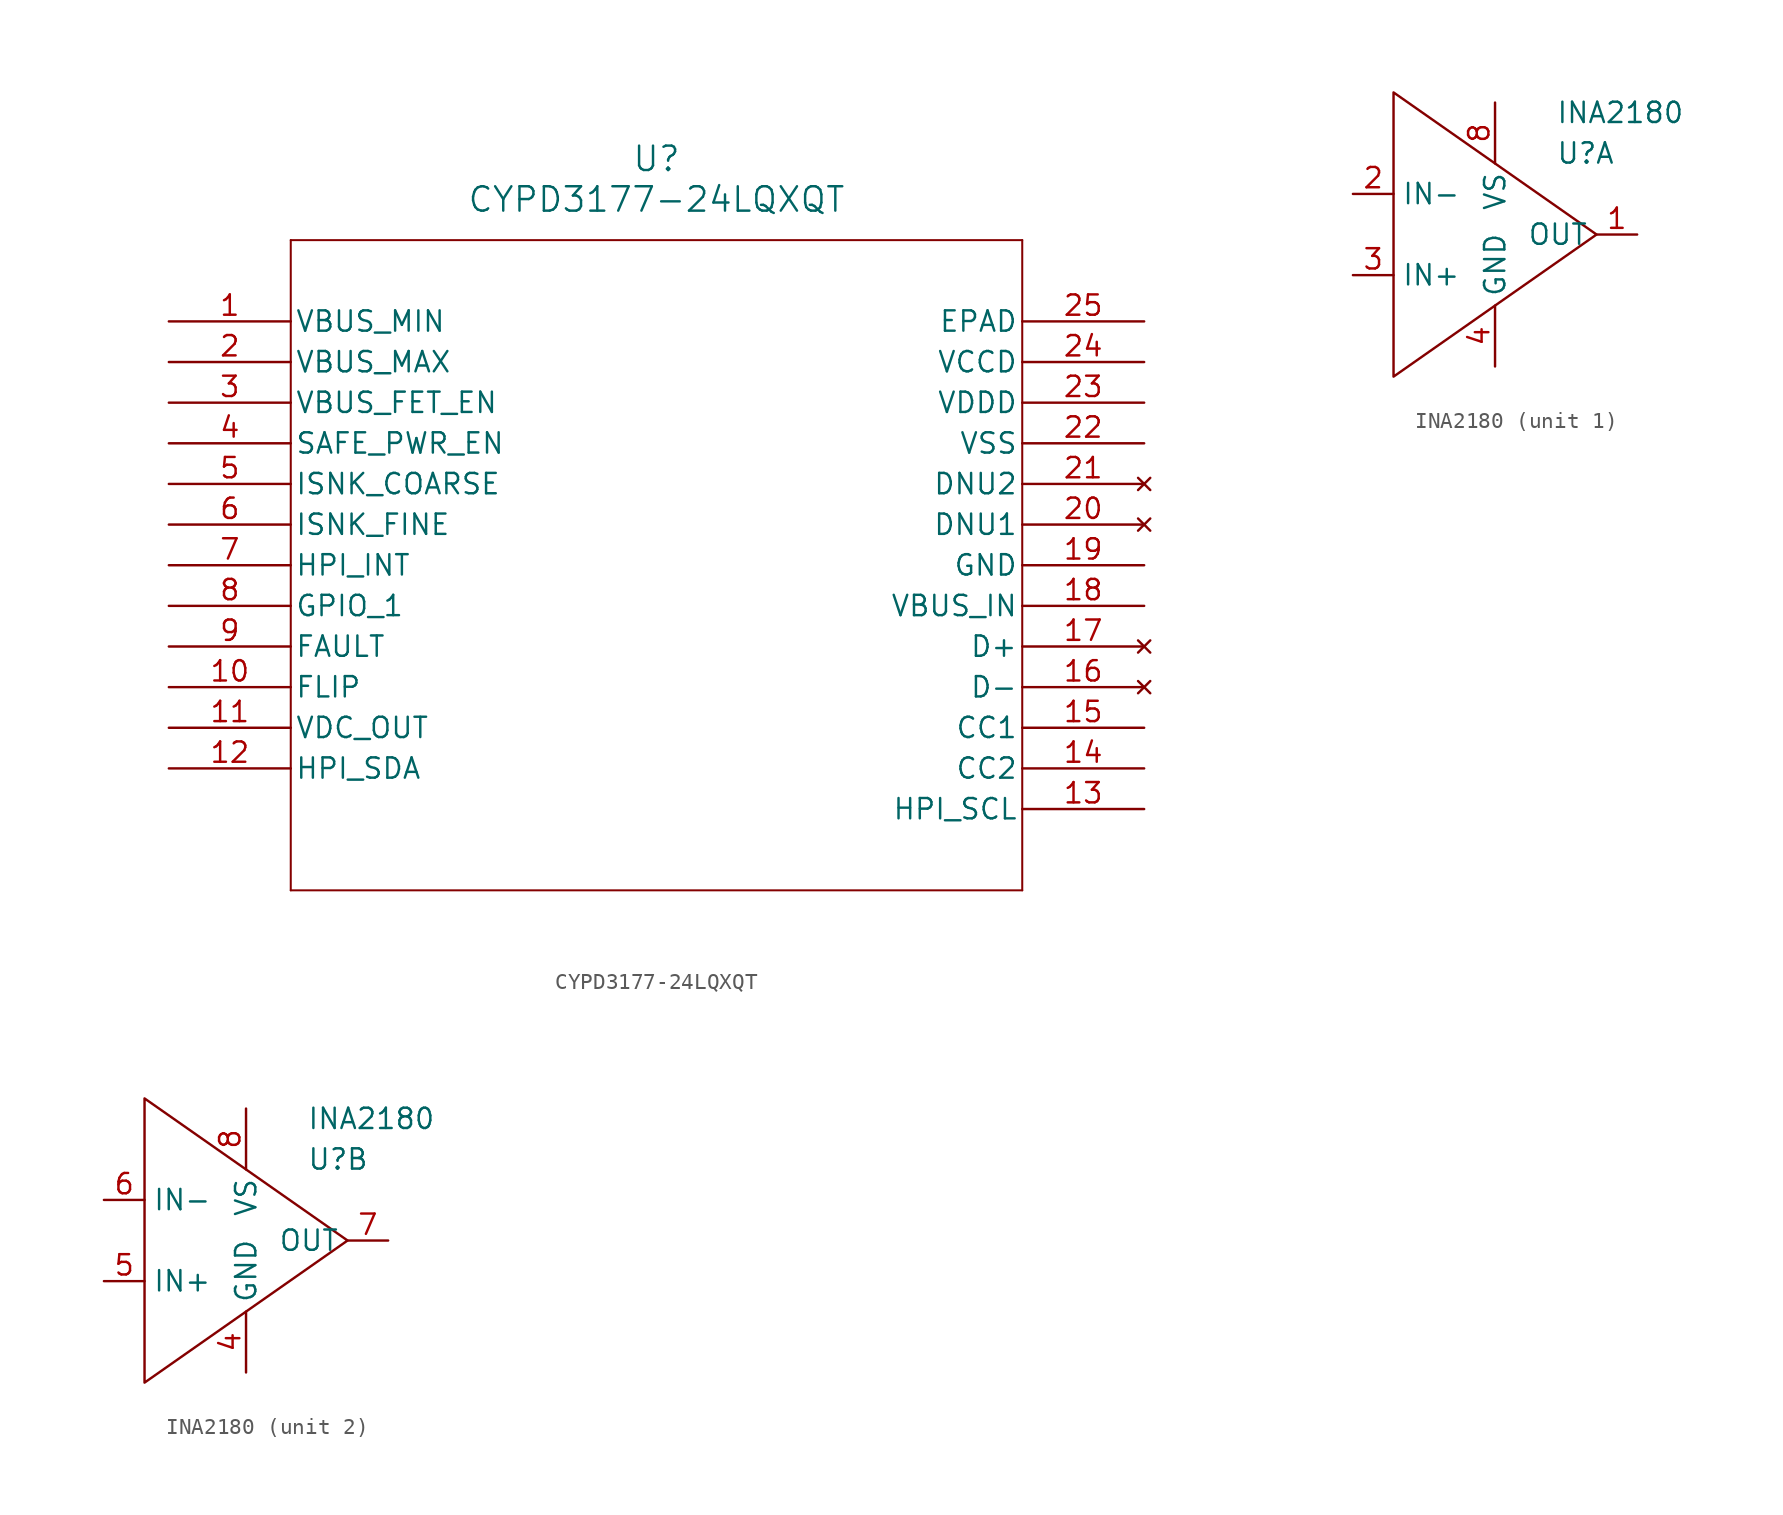
<source format=kicad_sym>
(kicad_symbol_lib
  (version 20231120)
  (generator "kicad_symbol_editor")
  (generator_version "8.0")
  (symbol "CYPD3177-24LQXQT"
    (pin_names
      (offset 0.254))
    (property "Reference" "U"
      (at 30.48 10.16 0)
      (effects (font (size 1.524 1.524))))
    (property "Value" "CYPD3177-24LQXQT"
      (at 30.48 7.62 0)
      (effects (font (size 1.524 1.524))))
    (symbol "CYPD3177-24LQXQT_0_1"
      (polyline (pts (xy 7.62 -35.56) (xy 53.34 -35.56)) (stroke (width 0.127) (type default)) (fill (type none)))
      (polyline (pts (xy 7.62 5.08) (xy 7.62 -35.56)) (stroke (width 0.127) (type default)) (fill (type none)))
      (polyline (pts (xy 53.34 -35.56) (xy 53.34 5.08)) (stroke (width 0.127) (type default)) (fill (type none)))
      (polyline (pts (xy 53.34 5.08) (xy 7.62 5.08)) (stroke (width 0.127) (type default)) (fill (type none)))
      (pin unspecified line (at 0 0 0) (length 7.62) (name "VBUS_MIN" (effects (font (size 1.27 1.27)))) (number "1" (effects (font (size 1.27 1.27)))))
      (pin bidirectional line (at 0 -22.86 0) (length 7.62) (name "FLIP" (effects (font (size 1.27 1.27)))) (number "10" (effects (font (size 1.27 1.27)))))
      (pin output line (at 0 -25.4 0) (length 7.62) (name "VDC_OUT" (effects (font (size 1.27 1.27)))) (number "11" (effects (font (size 1.27 1.27)))))
      (pin unspecified line (at 0 -27.94 0) (length 7.62) (name "HPI_SDA" (effects (font (size 1.27 1.27)))) (number "12" (effects (font (size 1.27 1.27)))))
      (pin unspecified line (at 60.96 -30.48 180) (length 7.62) (name "HPI_SCL" (effects (font (size 1.27 1.27)))) (number "13" (effects (font (size 1.27 1.27)))))
      (pin unspecified line (at 60.96 -27.94 180) (length 7.62) (name "CC2" (effects (font (size 1.27 1.27)))) (number "14" (effects (font (size 1.27 1.27)))))
      (pin unspecified line (at 60.96 -25.4 180) (length 7.62) (name "CC1" (effects (font (size 1.27 1.27)))) (number "15" (effects (font (size 1.27 1.27)))))
      (pin no_connect line (at 60.96 -22.86 180) (length 7.62) (name "D-" (effects (font (size 1.27 1.27)))) (number "16" (effects (font (size 1.27 1.27)))))
      (pin no_connect line (at 60.96 -20.32 180) (length 7.62) (name "D+" (effects (font (size 1.27 1.27)))) (number "17" (effects (font (size 1.27 1.27)))))
      (pin input line (at 60.96 -17.78 180) (length 7.62) (name "VBUS_IN" (effects (font (size 1.27 1.27)))) (number "18" (effects (font (size 1.27 1.27)))))
      (pin power_out line (at 60.96 -15.24 180) (length 7.62) (name "GND" (effects (font (size 1.27 1.27)))) (number "19" (effects (font (size 1.27 1.27)))))
      (pin unspecified line (at 0 -2.54 0) (length 7.62) (name "VBUS_MAX" (effects (font (size 1.27 1.27)))) (number "2" (effects (font (size 1.27 1.27)))))
      (pin no_connect line (at 60.96 -12.7 180) (length 7.62) (name "DNU1" (effects (font (size 1.27 1.27)))) (number "20" (effects (font (size 1.27 1.27)))))
      (pin no_connect line (at 60.96 -10.16 180) (length 7.62) (name "DNU2" (effects (font (size 1.27 1.27)))) (number "21" (effects (font (size 1.27 1.27)))))
      (pin power_out line (at 60.96 -7.62 180) (length 7.62) (name "VSS" (effects (font (size 1.27 1.27)))) (number "22" (effects (font (size 1.27 1.27)))))
      (pin output line (at 60.96 -5.08 180) (length 7.62) (name "VDDD" (effects (font (size 1.27 1.27)))) (number "23" (effects (font (size 1.27 1.27)))))
      (pin output line (at 60.96 -2.54 180) (length 7.62) (name "VCCD" (effects (font (size 1.27 1.27)))) (number "24" (effects (font (size 1.27 1.27)))))
      (pin power_out line (at 60.96 0 180) (length 7.62) (name "EPAD" (effects (font (size 1.27 1.27)))) (number "25" (effects (font (size 1.27 1.27)))))
      (pin output line (at 0 -5.08 0) (length 7.62) (name "VBUS_FET_EN" (effects (font (size 1.27 1.27)))) (number "3" (effects (font (size 1.27 1.27)))))
      (pin output line (at 0 -7.62 0) (length 7.62) (name "SAFE_PWR_EN" (effects (font (size 1.27 1.27)))) (number "4" (effects (font (size 1.27 1.27)))))
      (pin unspecified line (at 0 -10.16 0) (length 7.62) (name "ISNK_COARSE" (effects (font (size 1.27 1.27)))) (number "5" (effects (font (size 1.27 1.27)))))
      (pin unspecified line (at 0 -12.7 0) (length 7.62) (name "ISNK_FINE" (effects (font (size 1.27 1.27)))) (number "6" (effects (font (size 1.27 1.27)))))
      (pin unspecified line (at 0 -15.24 0) (length 7.62) (name "HPI_INT" (effects (font (size 1.27 1.27)))) (number "7" (effects (font (size 1.27 1.27)))))
      (pin unspecified line (at 0 -17.78 0) (length 7.62) (name "GPIO_1" (effects (font (size 1.27 1.27)))) (number "8" (effects (font (size 1.27 1.27)))))
      (pin unspecified line (at 0 -20.32 0) (length 7.62) (name "FAULT" (effects (font (size 1.27 1.27)))) (number "9" (effects (font (size 1.27 1.27)))))))
  (symbol "INA2180"
    (property "Reference" "U"
      (at 6.35 5.08 0)
      (effects (font (size 1.27 1.27)) (justify left)))
    (property "Value" "INA2180"
      (at 6.35 7.62 0)
      (effects (font (size 1.27 1.27)) (justify left)))
    (property "ki_locked" ""
      (at 0 0 0)
      (effects (font (size 1.27 1.27))))
    (symbol "INA2180_0_0"
      (pin power_in line (at 2.54 -8.255 90) (length 3.81) (name "GND" (effects (font (size 1.27 1.27)))) (number "4" (effects (font (size 1.27 1.27)))))
      (pin power_in line (at 2.54 8.255 270) (length 3.81) (name "VS" (effects (font (size 1.27 1.27)))) (number "8" (effects (font (size 1.27 1.27))))))
    (symbol "INA2180_0_1"
      (polyline (pts (xy -3.81 8.89) (xy -3.81 -8.89) (xy 8.89 0) (xy -3.81 8.89)) (stroke (width 0) (type default)) (fill (type none))))
    (symbol "INA2180_1_1"
      (pin output line (at 11.43 0 180) (length 2.54) (name "OUT" (effects (font (size 1.27 1.27)))) (number "1" (effects (font (size 1.27 1.27)))))
      (pin input line (at -6.35 2.54 0) (length 2.54) (name "IN-" (effects (font (size 1.27 1.27)))) (number "2" (effects (font (size 1.27 1.27)))))
      (pin input line (at -6.35 -2.54 0) (length 2.54) (name "IN+" (effects (font (size 1.27 1.27)))) (number "3" (effects (font (size 1.27 1.27))))))
    (symbol "INA2180_2_1"
      (pin input line (at -6.35 -2.54 0) (length 2.54) (name "IN+" (effects (font (size 1.27 1.27)))) (number "5" (effects (font (size 1.27 1.27)))))
      (pin input line (at -6.35 2.54 0) (length 2.54) (name "IN-" (effects (font (size 1.27 1.27)))) (number "6" (effects (font (size 1.27 1.27)))))
      (pin output line (at 11.43 0 180) (length 2.54) (name "OUT" (effects (font (size 1.27 1.27)))) (number "7" (effects (font (size 1.27 1.27))))))))
</source>
